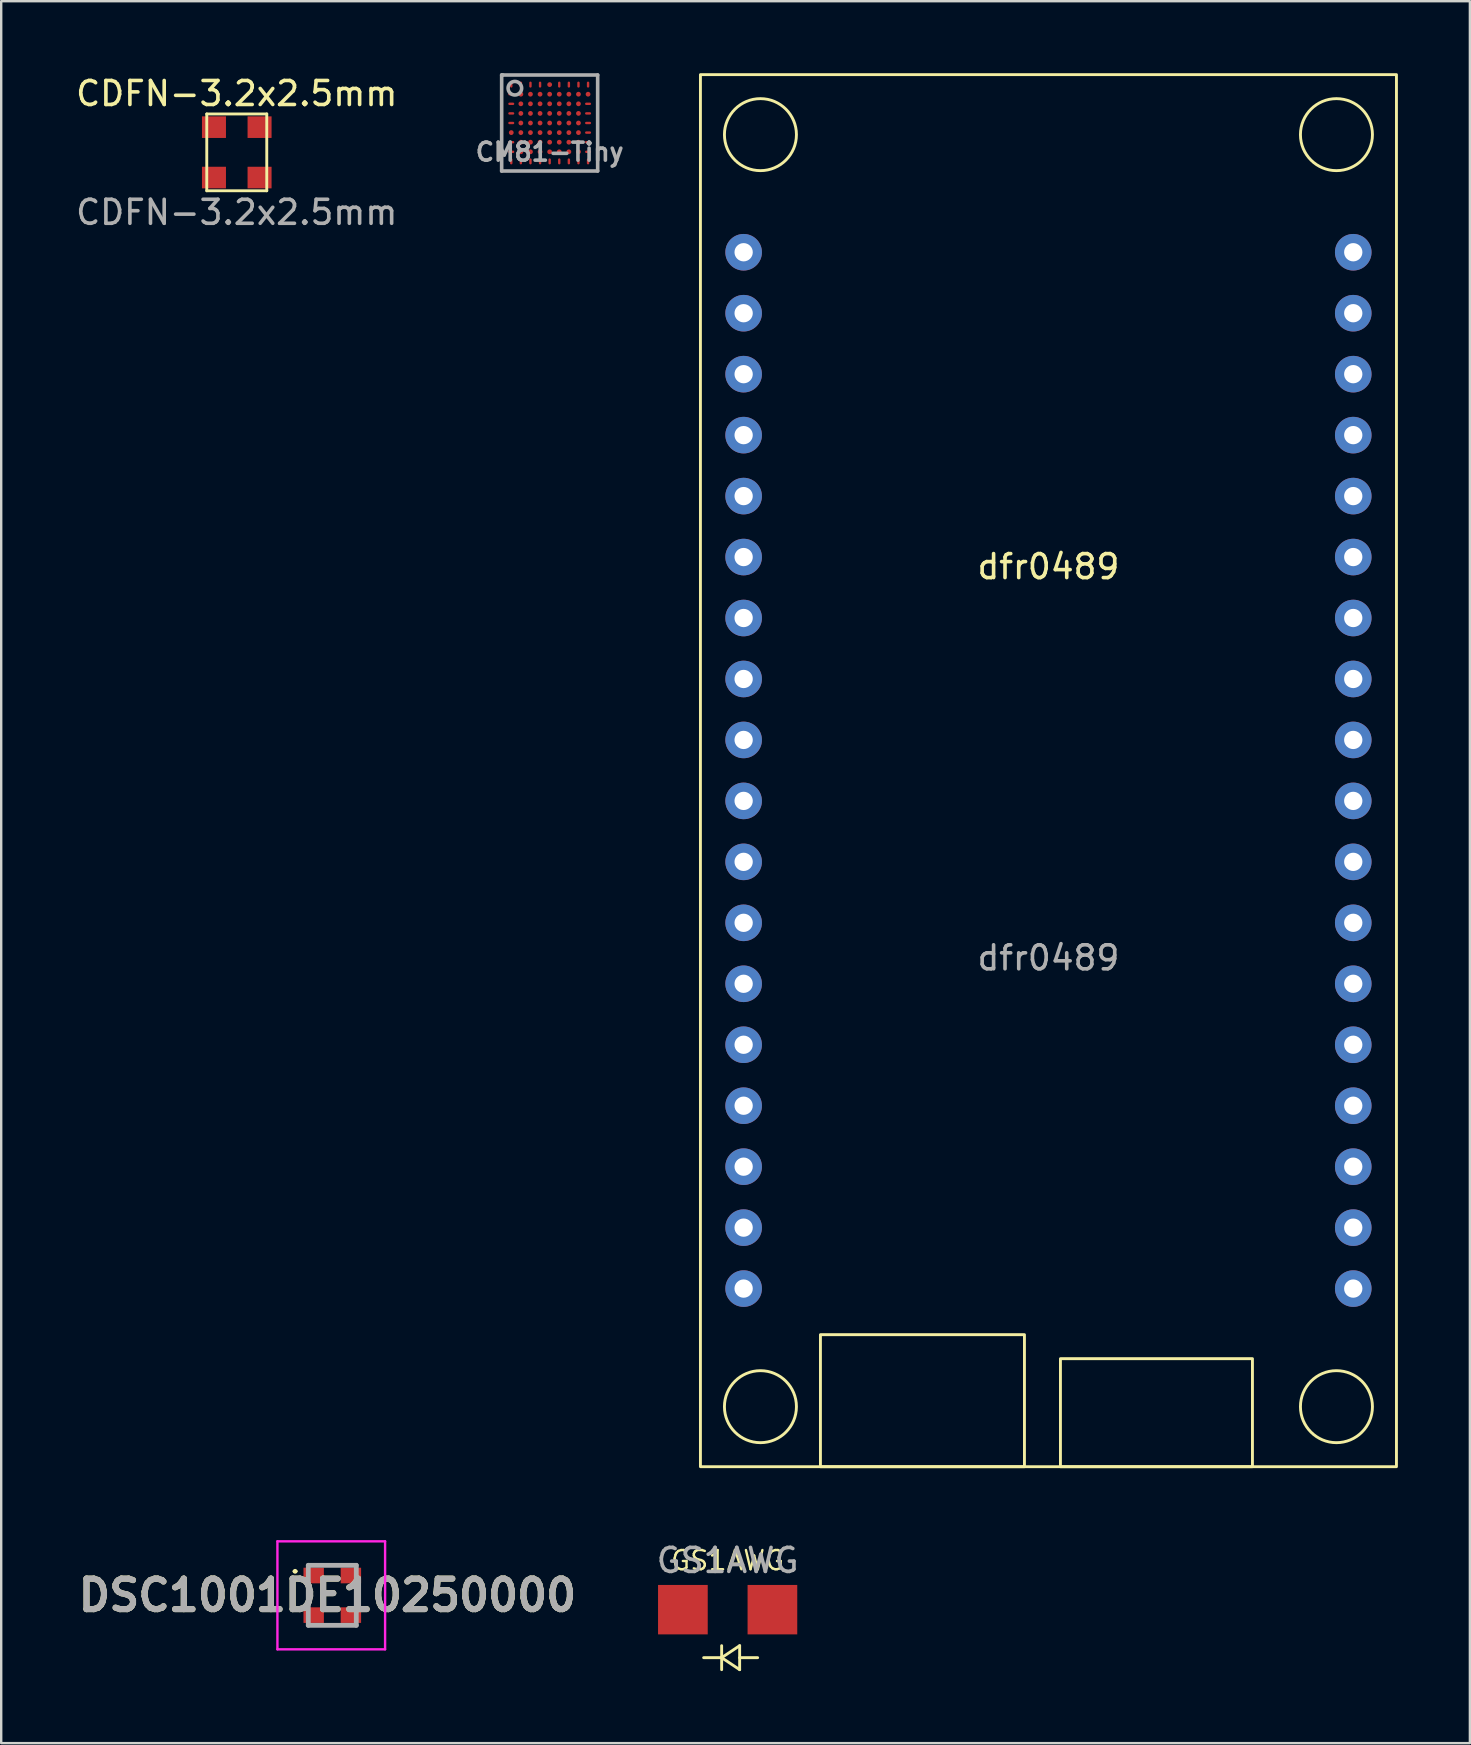
<source format=kicad_pcb>
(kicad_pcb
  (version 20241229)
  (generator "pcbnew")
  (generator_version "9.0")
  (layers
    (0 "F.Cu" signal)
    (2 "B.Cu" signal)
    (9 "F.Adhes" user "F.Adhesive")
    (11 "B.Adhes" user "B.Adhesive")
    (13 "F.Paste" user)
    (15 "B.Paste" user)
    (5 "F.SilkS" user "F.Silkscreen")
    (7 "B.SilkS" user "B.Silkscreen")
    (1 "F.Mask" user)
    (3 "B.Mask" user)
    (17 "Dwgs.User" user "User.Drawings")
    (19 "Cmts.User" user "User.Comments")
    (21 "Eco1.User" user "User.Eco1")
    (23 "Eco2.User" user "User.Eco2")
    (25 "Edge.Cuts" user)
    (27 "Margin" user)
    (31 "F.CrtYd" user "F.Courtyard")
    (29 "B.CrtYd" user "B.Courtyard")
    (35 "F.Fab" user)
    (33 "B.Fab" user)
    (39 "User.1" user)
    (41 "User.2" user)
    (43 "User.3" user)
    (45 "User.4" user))
  (footprint "dfr0489"
    (layer "F.Cu")
    (at 40.634 29.06)
    (property "Reference" "dfr0489" (at 0 -8.5 0) (unlocked yes) (layer "F.SilkS") (effects (font (size 1 1) (thickness 0.15))))
    (attr through_hole)
    (fp_rect (start -14.5 -29) (end 14.5 29) (stroke (width 0.12) (type solid)) (fill no) (layer "F.SilkS"))
    (fp_rect (start -9.5 23.5) (end -1 29) (stroke (width 0.12) (type solid)) (fill no) (layer "F.SilkS"))
    (fp_rect (start 0.5 24.5) (end 8.5 29) (stroke (width 0.12) (type solid)) (fill no) (layer "F.SilkS"))
    (fp_circle (center -12 -26.5) (end -10.5 -26.5) (stroke (width 0.12) (type solid)) (fill no) (layer "F.SilkS"))
    (fp_circle (center -12 26.5) (end -10.5 26.5) (stroke (width 0.12) (type solid)) (fill no) (layer "F.SilkS"))
    (fp_circle (center 12 -26.5) (end 10.5 -26.5) (stroke (width 0.12) (type solid)) (fill no) (layer "F.SilkS"))
    (fp_circle (center 12 26.5) (end 12 28) (stroke (width 0.12) (type solid)) (fill no) (layer "F.SilkS"))
    (fp_text user "${REFERENCE}" (at 0 7.8 0) (unlocked yes) (layer "F.Fab") (effects (font (size 1 1) (thickness 0.15))))
    (pad "1" thru_hole circle (at -12.7 -21.6) (size 1.524 1.524) (drill 0.762) (layers "*.Cu" "*.Mask"))
    (pad "2" thru_hole circle (at -12.7 -19.06) (size 1.524 1.524) (drill 0.762) (layers "*.Cu" "*.Mask"))
    (pad "3" thru_hole circle (at -12.7 -16.52) (size 1.524 1.524) (drill 0.762) (layers "*.Cu" "*.Mask"))
    (pad "4" thru_hole circle (at -12.7 -13.98) (size 1.524 1.524) (drill 0.762) (layers "*.Cu" "*.Mask"))
    (pad "5" thru_hole circle (at -12.7 -11.44) (size 1.524 1.524) (drill 0.762) (layers "*.Cu" "*.Mask"))
    (pad "6" thru_hole circle (at -12.7 -8.9) (size 1.524 1.524) (drill 0.762) (layers "*.Cu" "*.Mask"))
    (pad "7" thru_hole circle (at -12.7 -6.36) (size 1.524 1.524) (drill 0.762) (layers "*.Cu" "*.Mask"))
    (pad "8" thru_hole circle (at -12.7 -3.82) (size 1.524 1.524) (drill 0.762) (layers "*.Cu" "*.Mask"))
    (pad "9" thru_hole circle (at -12.7 -1.28) (size 1.524 1.524) (drill 0.762) (layers "*.Cu" "*.Mask"))
    (pad "10" thru_hole circle (at -12.7 1.26) (size 1.524 1.524) (drill 0.762) (layers "*.Cu" "*.Mask"))
    (pad "11" thru_hole circle (at -12.7 3.8) (size 1.524 1.524) (drill 0.762) (layers "*.Cu" "*.Mask"))
    (pad "12" thru_hole circle (at -12.7 6.34) (size 1.524 1.524) (drill 0.762) (layers "*.Cu" "*.Mask"))
    (pad "13" thru_hole circle (at -12.7 8.88) (size 1.524 1.524) (drill 0.762) (layers "*.Cu" "*.Mask"))
    (pad "14" thru_hole circle (at -12.7 11.42) (size 1.524 1.524) (drill 0.762) (layers "*.Cu" "*.Mask"))
    (pad "15" thru_hole circle (at -12.7 13.96) (size 1.524 1.524) (drill 0.762) (layers "*.Cu" "*.Mask"))
    (pad "16" thru_hole circle (at -12.7 16.5) (size 1.524 1.524) (drill 0.762) (layers "*.Cu" "*.Mask"))
    (pad "17" thru_hole circle (at -12.7 19.04) (size 1.524 1.524) (drill 0.762) (layers "*.Cu" "*.Mask"))
    (pad "18" thru_hole circle (at -12.7 21.58) (size 1.524 1.524) (drill 0.762) (layers "*.Cu" "*.Mask"))
    (pad "19" thru_hole circle (at 12.7 21.58) (size 1.524 1.524) (drill 0.762) (layers "*.Cu" "*.Mask"))
    (pad "20" thru_hole circle (at 12.7 19.04) (size 1.524 1.524) (drill 0.762) (layers "*.Cu" "*.Mask"))
    (pad "21" thru_hole circle (at 12.7 16.5) (size 1.524 1.524) (drill 0.762) (layers "*.Cu" "*.Mask"))
    (pad "22" thru_hole circle (at 12.7 13.96) (size 1.524 1.524) (drill 0.762) (layers "*.Cu" "*.Mask"))
    (pad "23" thru_hole circle (at 12.7 11.42) (size 1.524 1.524) (drill 0.762) (layers "*.Cu" "*.Mask"))
    (pad "24" thru_hole circle (at 12.7 8.88) (size 1.524 1.524) (drill 0.762) (layers "*.Cu" "*.Mask"))
    (pad "25" thru_hole circle (at 12.7 6.34) (size 1.524 1.524) (drill 0.762) (layers "*.Cu" "*.Mask"))
    (pad "26" thru_hole circle (at 12.7 3.8) (size 1.524 1.524) (drill 0.762) (layers "*.Cu" "*.Mask"))
    (pad "27" thru_hole circle (at 12.7 1.26) (size 1.524 1.524) (drill 0.762) (layers "*.Cu" "*.Mask"))
    (pad "28" thru_hole circle (at 12.7 -1.28) (size 1.524 1.524) (drill 0.762) (layers "*.Cu" "*.Mask"))
    (pad "29" thru_hole circle (at 12.7 -3.82) (size 1.524 1.524) (drill 0.762) (layers "*.Cu" "*.Mask"))
    (pad "30" thru_hole circle (at 12.7 -6.36) (size 1.524 1.524) (drill 0.762) (layers "*.Cu" "*.Mask"))
    (pad "31" thru_hole circle (at 12.7 -8.9) (size 1.524 1.524) (drill 0.762) (layers "*.Cu" "*.Mask"))
    (pad "32" thru_hole circle (at 12.7 -11.44) (size 1.524 1.524) (drill 0.762) (layers "*.Cu" "*.Mask"))
    (pad "33" thru_hole circle (at 12.7 -13.98) (size 1.524 1.524) (drill 0.762) (layers "*.Cu" "*.Mask"))
    (pad "34" thru_hole circle (at 12.7 -16.52) (size 1.524 1.524) (drill 0.762) (layers "*.Cu" "*.Mask"))
    (pad "35" thru_hole circle (at 12.7 -19.06) (size 1.524 1.524) (drill 0.762) (layers "*.Cu" "*.Mask"))
    (pad "36" thru_hole circle (at 12.7 -21.6) (size 1.524 1.524) (drill 0.762) (layers "*.Cu" "*.Mask")))
  (footprint "CDFN-3.2x2.5mm"
    (layer "F.Cu")
    (at 6.815 3.298)
    (property "Reference" "CDFN-3.2x2.5mm" (at 0 -2.45 0) (unlocked yes) (layer "F.SilkS") (effects (font (size 1 1) (thickness 0.15))))
    (attr smd)
    (fp_line (start -1.25 -1.6) (end 1.25 -1.6) (stroke (width 0.12) (type solid)) (layer "F.SilkS"))
    (fp_line (start -1.25 1.6) (end -1.25 -1.6) (stroke (width 0.12) (type solid)) (layer "F.SilkS"))
    (fp_line (start 1.25 -1.6) (end 1.25 1.6) (stroke (width 0.12) (type solid)) (layer "F.SilkS"))
    (fp_line (start 1.25 1.6) (end -1.25 1.6) (stroke (width 0.12) (type solid)) (layer "F.SilkS"))
    (fp_text user "${REFERENCE}" (at 0 2.5 0) (unlocked yes) (layer "F.Fab") (effects (font (size 1 1) (thickness 0.15))))
    (pad "1" smd rect (at -0.95 -1.05) (size 1 0.9) (layers "F.Cu" "F.Mask" "F.Paste"))
    (pad "2" smd rect (at -0.95 1.05) (size 1 0.9) (layers "F.Cu" "F.Mask" "F.Paste"))
    (pad "3" smd rect (at 0.95 1.05) (size 1 0.9) (layers "F.Cu" "F.Mask" "F.Paste"))
    (pad "4" smd rect (at 0.95 -1.05) (size 1 0.9) (layers "F.Cu" "F.Mask" "F.Paste")))
  (footprint "DSC1001DE10250000"
    (layer "F.Cu")
    (at 10.795 63.42)
    (property "Reference" "DSC1001DE10250000" (at -0.2 0 0) (layer "F.SilkS") (effects (font (size 1.27 1.27) (thickness 0.254))))
    (attr smd)
    (fp_line (start -1.6 -1) (end -1.6 -1) (stroke (width 0.1) (type solid)) (layer "F.SilkS"))
    (fp_line (start -1.5 -1) (end -1.5 -1) (stroke (width 0.1) (type solid)) (layer "F.SilkS"))
    (fp_arc (start -1.6 -1) (mid -1.55 -1.05) (end -1.5 -1) (stroke (width 0.1) (type solid)) (layer "F.SilkS"))
    (fp_arc (start -1.5 -1) (mid -1.55 -0.95) (end -1.6 -1) (stroke (width 0.1) (type solid)) (layer "F.SilkS"))
    (fp_line (start -2.286 -2.25) (end 2.2 -2.25) (stroke (width 0.1) (type solid)) (layer "F.CrtYd"))
    (fp_line (start -2.286 2.25) (end -2.286 -2.25) (stroke (width 0.1) (type solid)) (layer "F.CrtYd"))
    (fp_line (start 2.2 -2.25) (end 2.2 2.25) (stroke (width 0.1) (type solid)) (layer "F.CrtYd"))
    (fp_line (start 2.2 2.25) (end -2.286 2.25) (stroke (width 0.1) (type solid)) (layer "F.CrtYd"))
    (fp_line (start -1 -1.25) (end 1 -1.25) (stroke (width 0.2) (type solid)) (layer "F.Fab"))
    (fp_line (start -1 1.25) (end -1 -1.25) (stroke (width 0.2) (type solid)) (layer "F.Fab"))
    (fp_line (start 1 -1.25) (end 1 1.25) (stroke (width 0.2) (type solid)) (layer "F.Fab"))
    (fp_line (start 1 1.25) (end -1 1.25) (stroke (width 0.2) (type solid)) (layer "F.Fab"))
    (fp_text user "${REFERENCE}" (at -0.2 0 0) (layer "F.Fab") (effects (font (size 1.27 1.27) (thickness 0.254))))
    (pad "1" smd rect (at -0.775 -0.825 90) (size 0.65 0.85) (layers "F.Cu" "F.Mask" "F.Paste"))
    (pad "2" smd rect (at -0.775 0.825 90) (size 0.65 0.85) (layers "F.Cu" "F.Mask" "F.Paste"))
    (pad "3" smd rect (at 0.775 0.825 90) (size 0.65 0.85) (layers "F.Cu" "F.Mask" "F.Paste"))
    (pad "4" smd rect (at 0.775 -0.825 90) (size 0.65 0.85) (layers "F.Cu" "F.Mask" "F.Paste")))
  (footprint "GS1AWG"
    (layer "F.Cu")
    (at 27.268 64.018)
    (property "Reference" "GS1AWG" (at 0 -2.05 0) (unlocked yes) (layer "F.SilkS") (effects (font (size 0.8 0.8) (thickness 0.1))))
    (attr smd)
    (fp_line (start -0.25 1.5) (end -0.25 2) (stroke (width 0.12) (type solid)) (layer "F.SilkS"))
    (fp_line (start -0.25 2) (end -1 2) (stroke (width 0.12) (type solid)) (layer "F.SilkS"))
    (fp_line (start -0.25 2) (end -0.25 2.5) (stroke (width 0.12) (type solid)) (layer "F.SilkS"))
    (fp_line (start -0.25 2) (end 0.5 1.5) (stroke (width 0.12) (type solid)) (layer "F.SilkS"))
    (fp_line (start 0.5 1.5) (end 0.5 2.5) (stroke (width 0.12) (type solid)) (layer "F.SilkS"))
    (fp_line (start 0.5 2) (end 1.25 2) (stroke (width 0.12) (type solid)) (layer "F.SilkS"))
    (fp_line (start 0.5 2.5) (end -0.25 2) (stroke (width 0.12) (type solid)) (layer "F.SilkS"))
    (fp_text user "${REFERENCE}" (at 0 -2.05 0) (unlocked yes) (layer "F.Fab") (effects (font (size 1 1) (thickness 0.15))))
    (pad "1" smd rect (at -1.865 0) (size 2.07 2.06) (layers "F.Cu" "F.Mask" "F.Paste"))
    (pad "2" smd rect (at 1.865 0) (size 2.07 2.06) (layers "F.Cu" "F.Mask" "F.Paste")))
  (footprint "CM81-Tiny"
    (layer "F.Cu")
    (at 19.852 2.075)
    (property "Reference" "CM81-Tiny" (at 0 1.209 0) (layer "F.Fab") (effects (font (size 0.75 0.75) (thickness 0.15))))
    (attr smd)
    (fp_line (start -2 -2) (end -1.95 -2) (stroke (width 0.15) (type solid)) (layer "F.Fab"))
    (fp_line (start -2 2) (end -2 -2) (stroke (width 0.15) (type solid)) (layer "F.Fab"))
    (fp_line (start -1.975 -2) (end 2 -2) (stroke (width 0.15) (type solid)) (layer "F.Fab"))
    (fp_line (start 2 -2) (end 2 2) (stroke (width 0.15) (type solid)) (layer "F.Fab"))
    (fp_line (start 2 2) (end -2 2) (stroke (width 0.15) (type solid)) (layer "F.Fab"))
    (fp_circle (center -1.45 -1.45) (end -1.25 -1.25) (stroke (width 0.15) (type solid)) (fill no) (layer "F.Fab"))
    (pad "A1" smd oval (at -1.6 -1.6) (size 0.1 0.25) (layers "F.Cu" "F.Mask" "F.Paste"))
    (pad "A2" smd oval (at -1.2 -1.6) (size 0.1 0.25) (layers "F.Cu" "F.Mask" "F.Paste"))
    (pad "A3" smd oval (at -0.8 -1.6) (size 0.1 0.25) (layers "F.Cu" "F.Mask" "F.Paste"))
    (pad "A4" smd oval (at -0.4 -1.6) (size 0.1 0.25) (layers "F.Cu" "F.Mask" "F.Paste"))
    (pad "A5" smd circle (at 0 -1.6) (size 0.2 0.2) (layers "F.Cu" "F.Mask" "F.Paste"))
    (pad "A6" smd oval (at 0.4 -1.6) (size 0.1 0.25) (layers "F.Cu" "F.Mask" "F.Paste"))
    (pad "A7" smd oval (at 0.8 -1.6) (size 0.1 0.25) (layers "F.Cu" "F.Mask" "F.Paste"))
    (pad "A8" smd oval (at 1.2 -1.6) (size 0.1 0.25) (layers "F.Cu" "F.Mask" "F.Paste"))
    (pad "A9" smd oval (at 1.6 -1.6) (size 0.1 0.25) (layers "F.Cu" "F.Mask" "F.Paste"))
    (pad "B1" smd oval (at -1.6 -1.2) (size 0.25 0.1) (layers "F.Cu" "F.Mask" "F.Paste"))
    (pad "B2" smd circle (at -1.2 -1.2) (size 0.2 0.2) (layers "F.Cu" "F.Mask" "F.Paste"))
    (pad "B3" smd circle (at -0.8 -1.2) (size 0.2 0.2) (layers "F.Cu" "F.Mask" "F.Paste"))
    (pad "B4" smd circle (at -0.4 -1.2) (size 0.2 0.2) (layers "F.Cu" "F.Mask" "F.Paste"))
    (pad "B5" smd circle (at 0 -1.2) (size 0.2 0.2) (layers "F.Cu" "F.Mask" "F.Paste"))
    (pad "B6" smd circle (at 0.4 -1.2) (size 0.2 0.2) (layers "F.Cu" "F.Mask" "F.Paste"))
    (pad "B7" smd circle (at 0.8 -1.2) (size 0.2 0.2) (layers "F.Cu" "F.Mask" "F.Paste"))
    (pad "B8" smd circle (at 1.2 -1.2) (size 0.2 0.2) (layers "F.Cu" "F.Mask" "F.Paste"))
    (pad "B9" smd circle (at 1.6 -1.2) (size 0.2 0.2) (layers "F.Cu" "F.Mask" "F.Paste"))
    (pad "C1" smd oval (at -1.6 -0.8) (size 0.25 0.1) (layers "F.Cu" "F.Mask" "F.Paste"))
    (pad "C2" smd circle (at -1.2 -0.8) (size 0.2 0.2) (layers "F.Cu" "F.Mask" "F.Paste"))
    (pad "C3" smd circle (at -0.8 -0.8) (size 0.2 0.2) (layers "F.Cu" "F.Mask" "F.Paste"))
    (pad "C4" smd circle (at -0.4 -0.8) (size 0.2 0.2) (layers "F.Cu" "F.Mask" "F.Paste"))
    (pad "C5" smd circle (at 0 -0.8) (size 0.2 0.2) (layers "F.Cu" "F.Mask" "F.Paste"))
    (pad "C6" smd circle (at 0.4 -0.8) (size 0.2 0.2) (layers "F.Cu" "F.Mask" "F.Paste"))
    (pad "C7" smd circle (at 0.8 -0.8) (size 0.2 0.2) (layers "F.Cu" "F.Mask" "F.Paste"))
    (pad "C8" smd circle (at 1.2 -0.8) (size 0.2 0.2) (layers "F.Cu" "F.Mask" "F.Paste"))
    (pad "C9" smd oval (at 1.6 -0.8) (size 0.25 0.1) (layers "F.Cu" "F.Mask" "F.Paste"))
    (pad "D1" smd oval (at -1.6 -0.4) (size 0.25 0.1) (layers "F.Cu" "F.Mask" "F.Paste"))
    (pad "D2" smd circle (at -1.2 -0.4) (size 0.2 0.2) (layers "F.Cu" "F.Mask" "F.Paste"))
    (pad "D3" smd circle (at -0.8 -0.4) (size 0.2 0.2) (layers "F.Cu" "F.Mask" "F.Paste"))
    (pad "D4" smd circle (at -0.4 -0.4) (size 0.2 0.2) (layers "F.Cu" "F.Mask" "F.Paste"))
    (pad "D5" smd circle (at 0 -0.4) (size 0.2 0.2) (layers "F.Cu" "F.Mask" "F.Paste"))
    (pad "D6" smd circle (at 0.4 -0.4) (size 0.2 0.2) (layers "F.Cu" "F.Mask" "F.Paste"))
    (pad "D7" smd circle (at 0.8 -0.4) (size 0.2 0.2) (layers "F.Cu" "F.Mask" "F.Paste"))
    (pad "D8" smd circle (at 1.2 -0.4) (size 0.2 0.2) (layers "F.Cu" "F.Mask" "F.Paste"))
    (pad "D9" smd oval (at 1.6 -0.4) (size 0.25 0.1) (layers "F.Cu" "F.Mask" "F.Paste"))
    (pad "E1" smd oval (at -1.6 0) (size 0.25 0.1) (layers "F.Cu" "F.Mask" "F.Paste"))
    (pad "E2" smd circle (at -1.2 0) (size 0.2 0.2) (layers "F.Cu" "F.Mask" "F.Paste"))
    (pad "E3" smd circle (at -0.8 0) (size 0.2 0.2) (layers "F.Cu" "F.Mask" "F.Paste"))
    (pad "E4" smd circle (at -0.4 0) (size 0.2 0.2) (layers "F.Cu" "F.Mask" "F.Paste"))
    (pad "E5" smd circle (at 0 0) (size 0.2 0.2) (layers "F.Cu" "F.Mask" "F.Paste"))
    (pad "E6" smd circle (at 0.4 0) (size 0.2 0.2) (layers "F.Cu" "F.Mask" "F.Paste"))
    (pad "E7" smd circle (at 0.8 0) (size 0.2 0.2) (layers "F.Cu" "F.Mask" "F.Paste"))
    (pad "E8" smd circle (at 1.2 0) (size 0.2 0.2) (layers "F.Cu" "F.Mask" "F.Paste"))
    (pad "E9" smd oval (at 1.6 0) (size 0.25 0.1) (layers "F.Cu" "F.Mask" "F.Paste"))
    (pad "F1" smd circle (at -1.6 0.4) (size 0.2 0.2) (layers "F.Cu" "F.Mask" "F.Paste"))
    (pad "F2" smd circle (at -1.2 0.4) (size 0.2 0.2) (layers "F.Cu" "F.Mask" "F.Paste"))
    (pad "F3" smd circle (at -0.8 0.4) (size 0.2 0.2) (layers "F.Cu" "F.Mask" "F.Paste"))
    (pad "F4" smd circle (at -0.4 0.4) (size 0.2 0.2) (layers "F.Cu" "F.Mask" "F.Paste"))
    (pad "F5" smd circle (at 0 0.4) (size 0.2 0.2) (layers "F.Cu" "F.Mask" "F.Paste"))
    (pad "F6" smd circle (at 0.4 0.4) (size 0.2 0.2) (layers "F.Cu" "F.Mask" "F.Paste"))
    (pad "F7" smd circle (at 0.8 0.4) (size 0.2 0.2) (layers "F.Cu" "F.Mask" "F.Paste"))
    (pad "F8" smd circle (at 1.2 0.4) (size 0.2 0.2) (layers "F.Cu" "F.Mask" "F.Paste"))
    (pad "F9" smd oval (at 1.6 0.4) (size 0.25 0.1) (layers "F.Cu" "F.Mask" "F.Paste"))
    (pad "G1" smd oval (at -1.6 0.8) (size 0.25 0.1) (layers "F.Cu" "F.Mask" "F.Paste"))
    (pad "G2" smd circle (at -1.2 0.8) (size 0.2 0.2) (layers "F.Cu" "F.Mask" "F.Paste"))
    (pad "G3" smd circle (at -0.8 0.8) (size 0.2 0.2) (layers "F.Cu" "F.Mask" "F.Paste"))
    (pad "G4" smd circle (at -0.4 0.8) (size 0.2 0.2) (layers "F.Cu" "F.Mask" "F.Paste"))
    (pad "G5" smd circle (at 0 0.8) (size 0.2 0.2) (layers "F.Cu" "F.Mask" "F.Paste"))
    (pad "G6" smd circle (at 0.4 0.8) (size 0.2 0.2) (layers "F.Cu" "F.Mask" "F.Paste"))
    (pad "G7" smd circle (at 0.8 0.8) (size 0.2 0.2) (layers "F.Cu" "F.Mask" "F.Paste"))
    (pad "G8" smd circle (at 1.2 0.8) (size 0.2 0.2) (layers "F.Cu" "F.Mask" "F.Paste"))
    (pad "G9" smd oval (at 1.6 0.8) (size 0.25 0.1) (layers "F.Cu" "F.Mask" "F.Paste"))
    (pad "H1" smd oval (at -1.6 1.2) (size 0.25 0.1) (layers "F.Cu" "F.Mask" "F.Paste"))
    (pad "H2" smd circle (at -1.2 1.2) (size 0.2 0.2) (layers "F.Cu" "F.Mask" "F.Paste"))
    (pad "H3" smd circle (at -0.8 1.2) (size 0.2 0.2) (layers "F.Cu" "F.Mask" "F.Paste"))
    (pad "H4" smd circle (at -0.4 1.2) (size 0.2 0.2) (layers "F.Cu" "F.Mask" "F.Paste"))
    (pad "H5" smd circle (at 0 1.2) (size 0.2 0.2) (layers "F.Cu" "F.Mask" "F.Paste"))
    (pad "H6" smd circle (at 0.4 1.2) (size 0.2 0.2) (layers "F.Cu" "F.Mask" "F.Paste"))
    (pad "H7" smd circle (at 0.8 1.2) (size 0.2 0.2) (layers "F.Cu" "F.Mask" "F.Paste"))
    (pad "H8" smd circle (at 1.2 1.2) (size 0.2 0.2) (layers "F.Cu" "F.Mask" "F.Paste"))
    (pad "H9" smd oval (at 1.6 1.2) (size 0.25 0.1) (layers "F.Cu" "F.Mask" "F.Paste"))
    (pad "J1" smd oval (at -1.6 1.6) (size 0.1 0.25) (layers "F.Cu" "F.Mask" "F.Paste"))
    (pad "J2" smd oval (at -1.2 1.6) (size 0.1 0.25) (layers "F.Cu" "F.Mask" "F.Paste"))
    (pad "J3" smd oval (at -0.8 1.6) (size 0.1 0.25) (layers "F.Cu" "F.Mask" "F.Paste"))
    (pad "J4" smd oval (at -0.4 1.6) (size 0.1 0.25) (layers "F.Cu" "F.Mask" "F.Paste"))
    (pad "J5" smd oval (at 0 1.6) (size 0.1 0.25) (layers "F.Cu" "F.Mask" "F.Paste"))
    (pad "J6" smd oval (at 0.4 1.6) (size 0.1 0.25) (layers "F.Cu" "F.Mask" "F.Paste"))
    (pad "J7" smd oval (at 0.8 1.6) (size 0.1 0.25) (layers "F.Cu" "F.Mask" "F.Paste"))
    (pad "J8" smd oval (at 1.2 1.6) (size 0.1 0.25) (layers "F.Cu" "F.Mask" "F.Paste"))
    (pad "J9" smd oval (at 1.6 1.6) (size 0.1 0.25) (layers "F.Cu" "F.Mask" "F.Paste")))
  (gr_rect
    (start -3 -3)
    (end 58.194 69.578)
    (stroke (width 0.1) (type default))
    (fill no)
    (layer "Edge.Cuts")))
</source>
